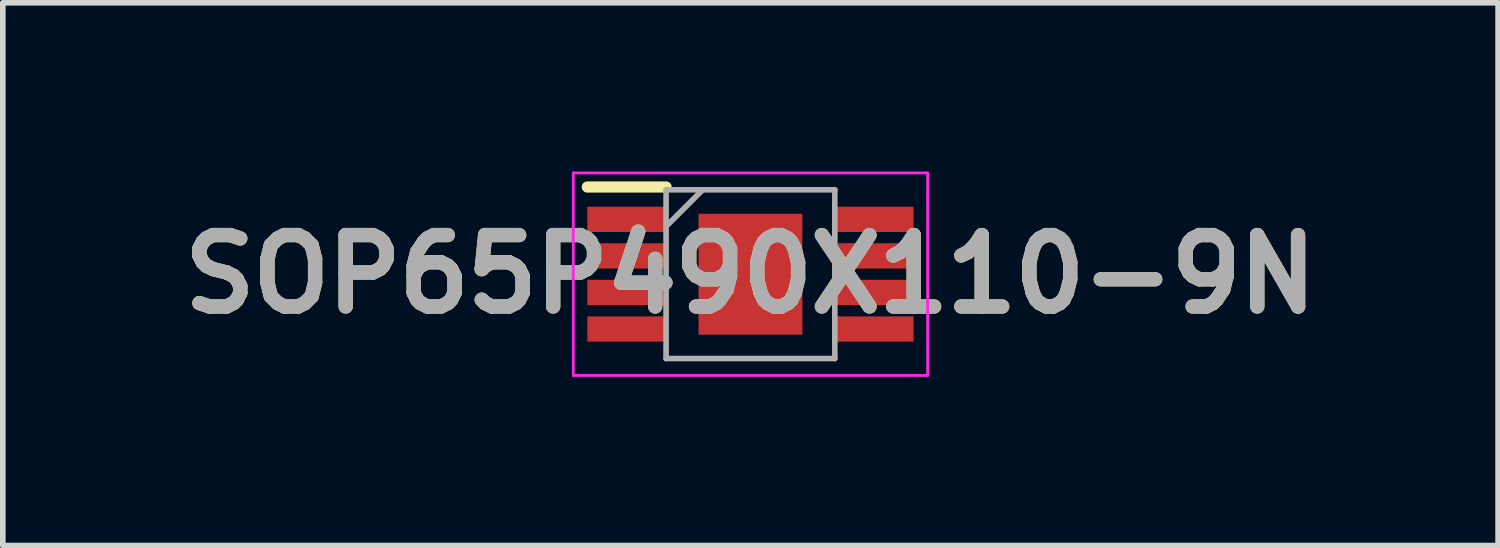
<source format=kicad_pcb>
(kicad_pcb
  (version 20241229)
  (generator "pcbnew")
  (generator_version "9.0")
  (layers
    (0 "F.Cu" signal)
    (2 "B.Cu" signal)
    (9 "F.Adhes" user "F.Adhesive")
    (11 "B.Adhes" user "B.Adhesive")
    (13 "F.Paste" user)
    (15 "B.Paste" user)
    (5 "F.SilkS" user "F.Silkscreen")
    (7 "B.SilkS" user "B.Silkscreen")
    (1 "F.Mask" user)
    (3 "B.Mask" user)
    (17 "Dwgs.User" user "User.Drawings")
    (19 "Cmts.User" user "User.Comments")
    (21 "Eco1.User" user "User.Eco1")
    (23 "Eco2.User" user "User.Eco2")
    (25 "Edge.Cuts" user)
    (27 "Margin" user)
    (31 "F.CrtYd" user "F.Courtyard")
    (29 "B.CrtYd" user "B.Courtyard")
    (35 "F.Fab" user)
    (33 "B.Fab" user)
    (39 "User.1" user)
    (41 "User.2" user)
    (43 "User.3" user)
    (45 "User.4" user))
  (footprint "SOP65P490X110-9N"
    (layer "F.Cu")
    (at 10.293 1.825)
    (property "Reference" "SOP65P490X110-9N" (at 0 0 0) (layer "F.SilkS") (effects (font (size 1.27 1.27) (thickness 0.254))))
    (attr smd)
    (fp_line (start -2.9 -1.55) (end -1.5 -1.55) (stroke (width 0.2) (type solid)) (layer "F.SilkS"))
    (fp_line (start -3.15 -1.8) (end 3.15 -1.8) (stroke (width 0.05) (type solid)) (layer "F.CrtYd"))
    (fp_line (start -3.15 1.8) (end -3.15 -1.8) (stroke (width 0.05) (type solid)) (layer "F.CrtYd"))
    (fp_line (start 3.15 -1.8) (end 3.15 1.8) (stroke (width 0.05) (type solid)) (layer "F.CrtYd"))
    (fp_line (start 3.15 1.8) (end -3.15 1.8) (stroke (width 0.05) (type solid)) (layer "F.CrtYd"))
    (fp_line (start -1.5 -1.5) (end 1.5 -1.5) (stroke (width 0.1) (type solid)) (layer "F.Fab"))
    (fp_line (start -1.5 -0.85) (end -0.85 -1.5) (stroke (width 0.1) (type solid)) (layer "F.Fab"))
    (fp_line (start -1.5 1.5) (end -1.5 -1.5) (stroke (width 0.1) (type solid)) (layer "F.Fab"))
    (fp_line (start 1.5 -1.5) (end 1.5 1.5) (stroke (width 0.1) (type solid)) (layer "F.Fab"))
    (fp_line (start 1.5 1.5) (end -1.5 1.5) (stroke (width 0.1) (type solid)) (layer "F.Fab"))
    (fp_text user "${REFERENCE}" (at 0 0 0) (layer "F.Fab") (effects (font (size 1.27 1.27) (thickness 0.254))))
    (pad "1" smd rect (at -2.2 -0.975 90) (size 0.45 1.4) (layers "F.Cu" "F.Mask" "F.Paste"))
    (pad "2" smd rect (at -2.2 -0.325 90) (size 0.45 1.4) (layers "F.Cu" "F.Mask" "F.Paste"))
    (pad "3" smd rect (at -2.2 0.325 90) (size 0.45 1.4) (layers "F.Cu" "F.Mask" "F.Paste"))
    (pad "4" smd rect (at -2.2 0.975 90) (size 0.45 1.4) (layers "F.Cu" "F.Mask" "F.Paste"))
    (pad "5" smd rect (at 2.2 0.975 90) (size 0.45 1.4) (layers "F.Cu" "F.Mask" "F.Paste"))
    (pad "6" smd rect (at 2.2 0.325 90) (size 0.45 1.4) (layers "F.Cu" "F.Mask" "F.Paste"))
    (pad "7" smd rect (at 2.2 -0.325 90) (size 0.45 1.4) (layers "F.Cu" "F.Mask" "F.Paste"))
    (pad "8" smd rect (at 2.2 -0.975 90) (size 0.45 1.4) (layers "F.Cu" "F.Mask" "F.Paste"))
    (pad "9" smd rect (at 0 0) (size 1.846 2.15) (layers "F.Cu" "F.Mask" "F.Paste")))
  (gr_rect
    (start -3 -3)
    (end 23.586 6.65)
    (stroke (width 0.1) (type default))
    (fill no)
    (layer "Edge.Cuts")))
</source>
